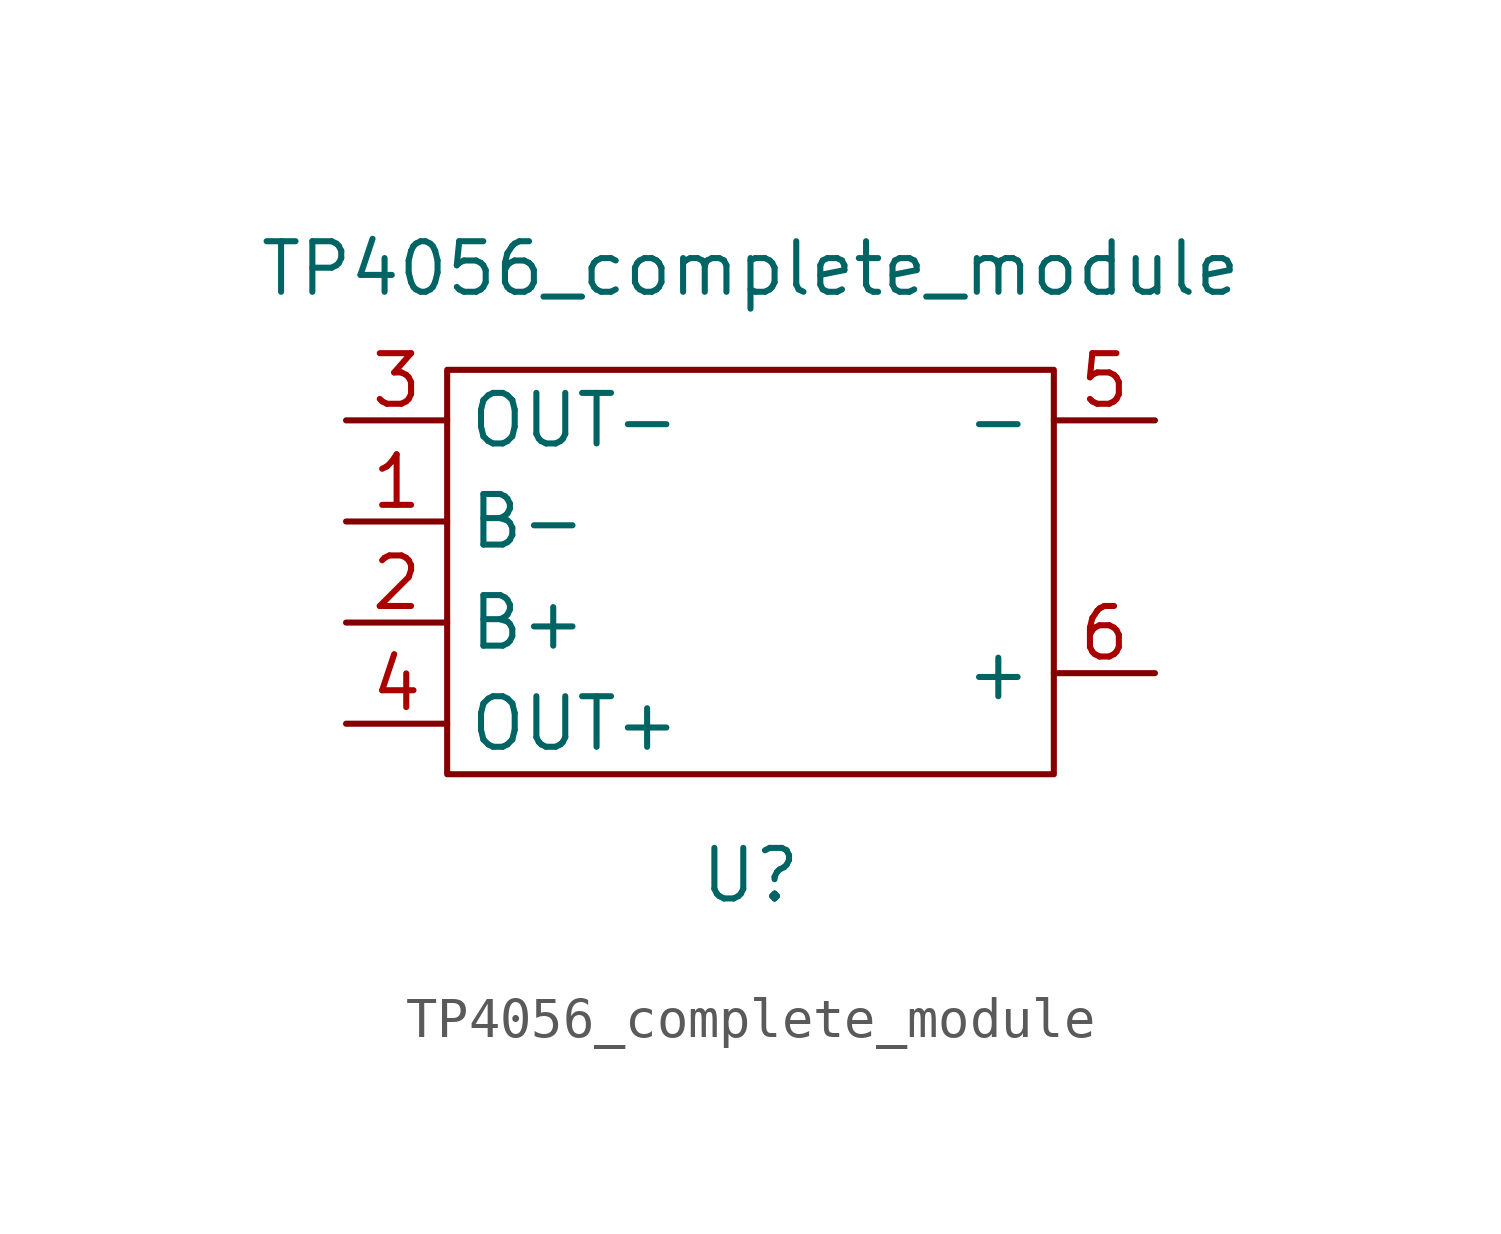
<source format=kicad_sym>
(kicad_symbol_lib
  (version 20211014)
  (generator kicad_symbol_editor)
  (symbol "TP4056_complete_module"
    (property "Reference" "U"
      (at 0 -5.08 0)
      (effects (font (size 1.27 1.27))))
    (property "Value" "TP4056_complete_module"
      (at 0 10.16 0)
      (effects (font (size 1.27 1.27))))
    (symbol "TP4056_complete_module_0_1"
      (rectangle (start -7.62 7.62) (end 7.62 -2.54) (stroke (width 0) (type default) (color 0 0 0 0)) (fill (type none))))
    (symbol "TP4056_complete_module_1_1"
      (pin input line (at -10.16 3.81 0) (length 2.54) (name "B-" (effects (font (size 1.27 1.27)))) (number "1" (effects (font (size 1.27 1.27)))))
      (pin input line (at -10.16 1.27 0) (length 2.54) (name "B+" (effects (font (size 1.27 1.27)))) (number "2" (effects (font (size 1.27 1.27)))))
      (pin input line (at -10.16 6.35 0) (length 2.54) (name "OUT-" (effects (font (size 1.27 1.27)))) (number "3" (effects (font (size 1.27 1.27)))))
      (pin input line (at -10.16 -1.27 0) (length 2.54) (name "OUT+" (effects (font (size 1.27 1.27)))) (number "4" (effects (font (size 1.27 1.27)))))
      (pin input line (at 10.16 6.35 180) (length 2.54) (name "-" (effects (font (size 1.27 1.27)))) (number "5" (effects (font (size 1.27 1.27)))))
      (pin input line (at 10.16 0 180) (length 2.54) (name "+" (effects (font (size 1.27 1.27)))) (number "6" (effects (font (size 1.27 1.27))))))))
</source>
